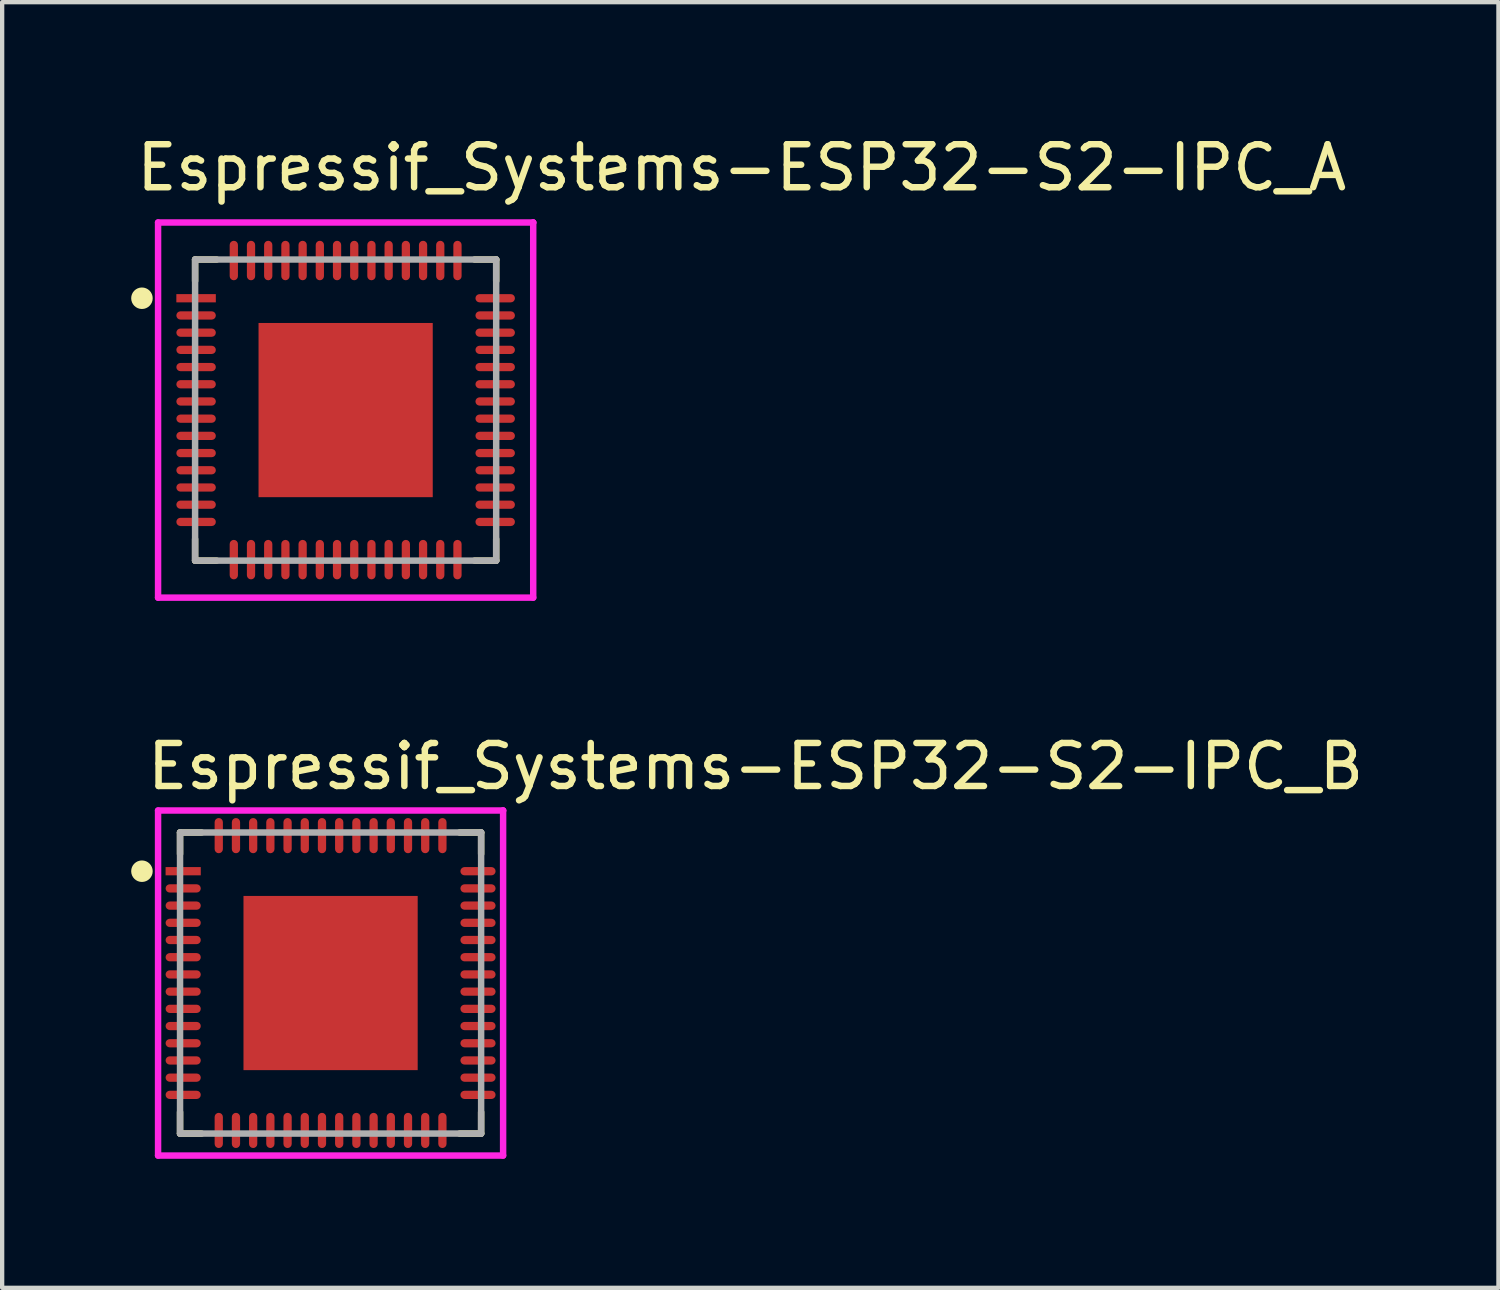
<source format=kicad_pcb>
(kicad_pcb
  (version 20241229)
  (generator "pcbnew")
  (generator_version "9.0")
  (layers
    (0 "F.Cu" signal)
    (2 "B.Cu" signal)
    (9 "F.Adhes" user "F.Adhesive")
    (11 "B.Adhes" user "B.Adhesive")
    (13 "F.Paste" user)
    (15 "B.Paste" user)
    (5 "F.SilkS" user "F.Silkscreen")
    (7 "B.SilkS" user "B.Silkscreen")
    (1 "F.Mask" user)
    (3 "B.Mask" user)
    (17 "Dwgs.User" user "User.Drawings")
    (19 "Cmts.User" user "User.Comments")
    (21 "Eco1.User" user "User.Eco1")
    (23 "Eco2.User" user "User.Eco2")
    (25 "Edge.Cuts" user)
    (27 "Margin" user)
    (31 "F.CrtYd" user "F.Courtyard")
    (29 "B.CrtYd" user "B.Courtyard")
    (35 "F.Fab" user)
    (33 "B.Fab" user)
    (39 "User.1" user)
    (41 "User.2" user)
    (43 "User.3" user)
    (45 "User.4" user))
  (footprint "Espressif_Systems-ESP32-S2-IPC_A"
    (layer "F.Cu")
    (at 4.986 6.484)
    (property "Reference" "Espressif_Systems-ESP32-S2-IPC_A" (at -4.936 -5.636 0) (layer "F.SilkS") (effects (font (size 1 1) (thickness 0.15)) (justify left)))
    (attr through_hole)
    (fp_line (start -3.5 -3.5) (end -3.5 -3) (stroke (width 0.15) (type solid)) (layer "F.SilkS"))
    (fp_line (start -3.5 3.5) (end -3.5 3) (stroke (width 0.15) (type solid)) (layer "F.SilkS"))
    (fp_line (start -3 -3.5) (end -3.5 -3.5) (stroke (width 0.15) (type solid)) (layer "F.SilkS"))
    (fp_line (start -3 3.5) (end -3.5 3.5) (stroke (width 0.15) (type solid)) (layer "F.SilkS"))
    (fp_line (start 3 -3.5) (end 3.5 -3.5) (stroke (width 0.15) (type solid)) (layer "F.SilkS"))
    (fp_line (start 3 3.5) (end 3.5 3.5) (stroke (width 0.15) (type solid)) (layer "F.SilkS"))
    (fp_line (start 3.5 -3.5) (end 3.5 -3) (stroke (width 0.15) (type solid)) (layer "F.SilkS"))
    (fp_line (start 3.5 3.5) (end 3.5 3) (stroke (width 0.15) (type solid)) (layer "F.SilkS"))
    (fp_circle (center -4.736 -2.6) (end -4.611 -2.6) (stroke (width 0.25) (type solid)) (fill no) (layer "F.SilkS"))
    (fp_poly (pts (xy -1.281 -1.281) (xy 1.281 -1.281) (xy 1.281 1.281) (xy -1.281 1.281)) (stroke (width 0) (type solid)) (fill yes) (layer "F.Paste"))
    (fp_line (start -4.361 -4.361) (end -4.361 4.361) (stroke (width 0.15) (type solid)) (layer "F.CrtYd"))
    (fp_line (start -4.361 4.361) (end 4.361 4.361) (stroke (width 0.15) (type solid)) (layer "F.CrtYd"))
    (fp_line (start 4.361 -4.361) (end -4.361 -4.361) (stroke (width 0.15) (type solid)) (layer "F.CrtYd"))
    (fp_line (start 4.361 -4.361) (end 4.361 -4.361) (stroke (width 0.15) (type solid)) (layer "F.CrtYd"))
    (fp_line (start 4.361 4.361) (end 4.361 -4.361) (stroke (width 0.15) (type solid)) (layer "F.CrtYd"))
    (fp_line (start -3.5 -3.5) (end 3.5 -3.5) (stroke (width 0.15) (type solid)) (layer "F.Fab"))
    (fp_line (start -3.5 3.5) (end -3.5 -3.5) (stroke (width 0.15) (type solid)) (layer "F.Fab"))
    (fp_line (start 3.5 -3.5) (end 3.5 3.5) (stroke (width 0.15) (type solid)) (layer "F.Fab"))
    (fp_line (start 3.5 3.5) (end -3.5 3.5) (stroke (width 0.15) (type solid)) (layer "F.Fab"))
    (pad "1" smd rect (at -3.477 -2.6) (size 0.918 0.192) (layers "F.Cu" "F.Mask" "F.Paste"))
    (pad "2" smd roundrect (at -3.477 -2.2) (size 0.918 0.192) (layers "F.Cu" "F.Mask" "F.Paste") (roundrect_rratio 0.5))
    (pad "3" smd roundrect (at -3.477 -1.8) (size 0.918 0.192) (layers "F.Cu" "F.Mask" "F.Paste") (roundrect_rratio 0.5))
    (pad "4" smd roundrect (at -3.477 -1.4) (size 0.918 0.192) (layers "F.Cu" "F.Mask" "F.Paste") (roundrect_rratio 0.5))
    (pad "5" smd roundrect (at -3.477 -1) (size 0.918 0.192) (layers "F.Cu" "F.Mask" "F.Paste") (roundrect_rratio 0.5))
    (pad "6" smd roundrect (at -3.477 -0.6) (size 0.918 0.192) (layers "F.Cu" "F.Mask" "F.Paste") (roundrect_rratio 0.5))
    (pad "7" smd roundrect (at -3.477 -0.2) (size 0.918 0.192) (layers "F.Cu" "F.Mask" "F.Paste") (roundrect_rratio 0.5))
    (pad "8" smd roundrect (at -3.477 0.2) (size 0.918 0.192) (layers "F.Cu" "F.Mask" "F.Paste") (roundrect_rratio 0.5))
    (pad "9" smd roundrect (at -3.477 0.6) (size 0.918 0.192) (layers "F.Cu" "F.Mask" "F.Paste") (roundrect_rratio 0.5))
    (pad "10" smd roundrect (at -3.477 1) (size 0.918 0.192) (layers "F.Cu" "F.Mask" "F.Paste") (roundrect_rratio 0.5))
    (pad "11" smd roundrect (at -3.477 1.4) (size 0.918 0.192) (layers "F.Cu" "F.Mask" "F.Paste") (roundrect_rratio 0.5))
    (pad "12" smd roundrect (at -3.477 1.8) (size 0.918 0.192) (layers "F.Cu" "F.Mask" "F.Paste") (roundrect_rratio 0.5))
    (pad "13" smd roundrect (at -3.477 2.2) (size 0.918 0.192) (layers "F.Cu" "F.Mask" "F.Paste") (roundrect_rratio 0.5))
    (pad "14" smd roundrect (at -3.477 2.6) (size 0.918 0.192) (layers "F.Cu" "F.Mask" "F.Paste") (roundrect_rratio 0.5))
    (pad "15" smd roundrect (at -2.6 3.477) (size 0.192 0.918) (layers "F.Cu" "F.Mask" "F.Paste") (roundrect_rratio 0.5))
    (pad "16" smd roundrect (at -2.2 3.477) (size 0.192 0.918) (layers "F.Cu" "F.Mask" "F.Paste") (roundrect_rratio 0.5))
    (pad "17" smd roundrect (at -1.8 3.477) (size 0.192 0.918) (layers "F.Cu" "F.Mask" "F.Paste") (roundrect_rratio 0.5))
    (pad "18" smd roundrect (at -1.4 3.477) (size 0.192 0.918) (layers "F.Cu" "F.Mask" "F.Paste") (roundrect_rratio 0.5))
    (pad "19" smd roundrect (at -1 3.477) (size 0.192 0.918) (layers "F.Cu" "F.Mask" "F.Paste") (roundrect_rratio 0.5))
    (pad "20" smd roundrect (at -0.6 3.477) (size 0.192 0.918) (layers "F.Cu" "F.Mask" "F.Paste") (roundrect_rratio 0.5))
    (pad "21" smd roundrect (at -0.2 3.477) (size 0.192 0.918) (layers "F.Cu" "F.Mask" "F.Paste") (roundrect_rratio 0.5))
    (pad "22" smd roundrect (at 0.2 3.477) (size 0.192 0.918) (layers "F.Cu" "F.Mask" "F.Paste") (roundrect_rratio 0.5))
    (pad "23" smd roundrect (at 0.6 3.477) (size 0.192 0.918) (layers "F.Cu" "F.Mask" "F.Paste") (roundrect_rratio 0.5))
    (pad "24" smd roundrect (at 1 3.477) (size 0.192 0.918) (layers "F.Cu" "F.Mask" "F.Paste") (roundrect_rratio 0.5))
    (pad "25" smd roundrect (at 1.4 3.477) (size 0.192 0.918) (layers "F.Cu" "F.Mask" "F.Paste") (roundrect_rratio 0.5))
    (pad "26" smd roundrect (at 1.8 3.477) (size 0.192 0.918) (layers "F.Cu" "F.Mask" "F.Paste") (roundrect_rratio 0.5))
    (pad "27" smd roundrect (at 2.2 3.477) (size 0.192 0.918) (layers "F.Cu" "F.Mask" "F.Paste") (roundrect_rratio 0.5))
    (pad "28" smd roundrect (at 2.6 3.477) (size 0.192 0.918) (layers "F.Cu" "F.Mask" "F.Paste") (roundrect_rratio 0.5))
    (pad "29" smd roundrect (at 3.477 2.6) (size 0.918 0.192) (layers "F.Cu" "F.Mask" "F.Paste") (roundrect_rratio 0.5))
    (pad "30" smd roundrect (at 3.477 2.2) (size 0.918 0.192) (layers "F.Cu" "F.Mask" "F.Paste") (roundrect_rratio 0.5))
    (pad "31" smd roundrect (at 3.477 1.8) (size 0.918 0.192) (layers "F.Cu" "F.Mask" "F.Paste") (roundrect_rratio 0.5))
    (pad "32" smd roundrect (at 3.477 1.4) (size 0.918 0.192) (layers "F.Cu" "F.Mask" "F.Paste") (roundrect_rratio 0.5))
    (pad "33" smd roundrect (at 3.477 1) (size 0.918 0.192) (layers "F.Cu" "F.Mask" "F.Paste") (roundrect_rratio 0.5))
    (pad "34" smd roundrect (at 3.477 0.6) (size 0.918 0.192) (layers "F.Cu" "F.Mask" "F.Paste") (roundrect_rratio 0.5))
    (pad "35" smd roundrect (at 3.477 0.2) (size 0.918 0.192) (layers "F.Cu" "F.Mask" "F.Paste") (roundrect_rratio 0.5))
    (pad "36" smd roundrect (at 3.477 -0.2) (size 0.918 0.192) (layers "F.Cu" "F.Mask" "F.Paste") (roundrect_rratio 0.5))
    (pad "37" smd roundrect (at 3.477 -0.6) (size 0.918 0.192) (layers "F.Cu" "F.Mask" "F.Paste") (roundrect_rratio 0.5))
    (pad "38" smd roundrect (at 3.477 -1) (size 0.918 0.192) (layers "F.Cu" "F.Mask" "F.Paste") (roundrect_rratio 0.5))
    (pad "39" smd roundrect (at 3.477 -1.4) (size 0.918 0.192) (layers "F.Cu" "F.Mask" "F.Paste") (roundrect_rratio 0.5))
    (pad "40" smd roundrect (at 3.477 -1.8) (size 0.918 0.192) (layers "F.Cu" "F.Mask" "F.Paste") (roundrect_rratio 0.5))
    (pad "41" smd roundrect (at 3.477 -2.2) (size 0.918 0.192) (layers "F.Cu" "F.Mask" "F.Paste") (roundrect_rratio 0.5))
    (pad "42" smd roundrect (at 3.477 -2.6) (size 0.918 0.192) (layers "F.Cu" "F.Mask" "F.Paste") (roundrect_rratio 0.5))
    (pad "43" smd roundrect (at 2.6 -3.477) (size 0.192 0.918) (layers "F.Cu" "F.Mask" "F.Paste") (roundrect_rratio 0.5))
    (pad "44" smd roundrect (at 2.2 -3.477) (size 0.192 0.918) (layers "F.Cu" "F.Mask" "F.Paste") (roundrect_rratio 0.5))
    (pad "45" smd roundrect (at 1.8 -3.477) (size 0.192 0.918) (layers "F.Cu" "F.Mask" "F.Paste") (roundrect_rratio 0.5))
    (pad "46" smd roundrect (at 1.4 -3.477) (size 0.192 0.918) (layers "F.Cu" "F.Mask" "F.Paste") (roundrect_rratio 0.5))
    (pad "47" smd roundrect (at 1 -3.477) (size 0.192 0.918) (layers "F.Cu" "F.Mask" "F.Paste") (roundrect_rratio 0.5))
    (pad "48" smd roundrect (at 0.6 -3.477) (size 0.192 0.918) (layers "F.Cu" "F.Mask" "F.Paste") (roundrect_rratio 0.5))
    (pad "49" smd roundrect (at 0.2 -3.477) (size 0.192 0.918) (layers "F.Cu" "F.Mask" "F.Paste") (roundrect_rratio 0.5))
    (pad "50" smd roundrect (at -0.2 -3.477) (size 0.192 0.918) (layers "F.Cu" "F.Mask" "F.Paste") (roundrect_rratio 0.5))
    (pad "51" smd roundrect (at -0.6 -3.477) (size 0.192 0.918) (layers "F.Cu" "F.Mask" "F.Paste") (roundrect_rratio 0.5))
    (pad "52" smd roundrect (at -1 -3.477) (size 0.192 0.918) (layers "F.Cu" "F.Mask" "F.Paste") (roundrect_rratio 0.5))
    (pad "53" smd roundrect (at -1.4 -3.477) (size 0.192 0.918) (layers "F.Cu" "F.Mask" "F.Paste") (roundrect_rratio 0.5))
    (pad "54" smd roundrect (at -1.8 -3.477) (size 0.192 0.918) (layers "F.Cu" "F.Mask" "F.Paste") (roundrect_rratio 0.5))
    (pad "55" smd roundrect (at -2.2 -3.477) (size 0.192 0.918) (layers "F.Cu" "F.Mask" "F.Paste") (roundrect_rratio 0.5))
    (pad "56" smd roundrect (at -2.6 -3.477) (size 0.192 0.918) (layers "F.Cu" "F.Mask" "F.Paste") (roundrect_rratio 0.5))
    (pad "57" smd rect (at 0 0) (size 4.05 4.05) (layers "F.Cu" "F.Mask")))
  (footprint "Espressif_Systems-ESP32-S2-IPC_B"
    (layer "F.Cu")
    (at 4.636 19.805)
    (property "Reference" "Espressif_Systems-ESP32-S2-IPC_B" (at -4.336 -5.036 0) (layer "F.SilkS") (effects (font (size 1 1) (thickness 0.15)) (justify left)))
    (attr through_hole)
    (fp_line (start -3.5 -3.5) (end -3.5 -3) (stroke (width 0.15) (type solid)) (layer "F.SilkS"))
    (fp_line (start -3.5 3.5) (end -3.5 3) (stroke (width 0.15) (type solid)) (layer "F.SilkS"))
    (fp_line (start -3 -3.5) (end -3.5 -3.5) (stroke (width 0.15) (type solid)) (layer "F.SilkS"))
    (fp_line (start -3 3.5) (end -3.5 3.5) (stroke (width 0.15) (type solid)) (layer "F.SilkS"))
    (fp_line (start 3 -3.5) (end 3.5 -3.5) (stroke (width 0.15) (type solid)) (layer "F.SilkS"))
    (fp_line (start 3 3.5) (end 3.5 3.5) (stroke (width 0.15) (type solid)) (layer "F.SilkS"))
    (fp_line (start 3.5 -3.5) (end 3.5 -3) (stroke (width 0.15) (type solid)) (layer "F.SilkS"))
    (fp_line (start 3.5 3.5) (end 3.5 3) (stroke (width 0.15) (type solid)) (layer "F.SilkS"))
    (fp_circle (center -4.386 -2.6) (end -4.261 -2.6) (stroke (width 0.25) (type solid)) (fill no) (layer "F.SilkS"))
    (fp_poly (pts (xy -1.281 -1.281) (xy 1.281 -1.281) (xy 1.281 1.281) (xy -1.281 1.281)) (stroke (width 0) (type solid)) (fill yes) (layer "F.Paste"))
    (fp_line (start -4.011 -4.011) (end -4.011 4.011) (stroke (width 0.15) (type solid)) (layer "F.CrtYd"))
    (fp_line (start -4.011 4.011) (end 4.011 4.011) (stroke (width 0.15) (type solid)) (layer "F.CrtYd"))
    (fp_line (start 4.011 -4.011) (end -4.011 -4.011) (stroke (width 0.15) (type solid)) (layer "F.CrtYd"))
    (fp_line (start 4.011 -4.011) (end 4.011 -4.011) (stroke (width 0.15) (type solid)) (layer "F.CrtYd"))
    (fp_line (start 4.011 4.011) (end 4.011 -4.011) (stroke (width 0.15) (type solid)) (layer "F.CrtYd"))
    (fp_line (start -3.5 -3.5) (end 3.5 -3.5) (stroke (width 0.15) (type solid)) (layer "F.Fab"))
    (fp_line (start -3.5 3.5) (end -3.5 -3.5) (stroke (width 0.15) (type solid)) (layer "F.Fab"))
    (fp_line (start 3.5 -3.5) (end 3.5 3.5) (stroke (width 0.15) (type solid)) (layer "F.Fab"))
    (fp_line (start 3.5 3.5) (end -3.5 3.5) (stroke (width 0.15) (type solid)) (layer "F.Fab"))
    (pad "1" smd rect (at -3.427 -2.6) (size 0.818 0.192) (layers "F.Cu" "F.Mask" "F.Paste"))
    (pad "2" smd roundrect (at -3.427 -2.2) (size 0.818 0.192) (layers "F.Cu" "F.Mask" "F.Paste") (roundrect_rratio 0.5))
    (pad "3" smd roundrect (at -3.427 -1.8) (size 0.818 0.192) (layers "F.Cu" "F.Mask" "F.Paste") (roundrect_rratio 0.5))
    (pad "4" smd roundrect (at -3.427 -1.4) (size 0.818 0.192) (layers "F.Cu" "F.Mask" "F.Paste") (roundrect_rratio 0.5))
    (pad "5" smd roundrect (at -3.427 -1) (size 0.818 0.192) (layers "F.Cu" "F.Mask" "F.Paste") (roundrect_rratio 0.5))
    (pad "6" smd roundrect (at -3.427 -0.6) (size 0.818 0.192) (layers "F.Cu" "F.Mask" "F.Paste") (roundrect_rratio 0.5))
    (pad "7" smd roundrect (at -3.427 -0.2) (size 0.818 0.192) (layers "F.Cu" "F.Mask" "F.Paste") (roundrect_rratio 0.5))
    (pad "8" smd roundrect (at -3.427 0.2) (size 0.818 0.192) (layers "F.Cu" "F.Mask" "F.Paste") (roundrect_rratio 0.5))
    (pad "9" smd roundrect (at -3.427 0.6) (size 0.818 0.192) (layers "F.Cu" "F.Mask" "F.Paste") (roundrect_rratio 0.5))
    (pad "10" smd roundrect (at -3.427 1) (size 0.818 0.192) (layers "F.Cu" "F.Mask" "F.Paste") (roundrect_rratio 0.5))
    (pad "11" smd roundrect (at -3.427 1.4) (size 0.818 0.192) (layers "F.Cu" "F.Mask" "F.Paste") (roundrect_rratio 0.5))
    (pad "12" smd roundrect (at -3.427 1.8) (size 0.818 0.192) (layers "F.Cu" "F.Mask" "F.Paste") (roundrect_rratio 0.5))
    (pad "13" smd roundrect (at -3.427 2.2) (size 0.818 0.192) (layers "F.Cu" "F.Mask" "F.Paste") (roundrect_rratio 0.5))
    (pad "14" smd roundrect (at -3.427 2.6) (size 0.818 0.192) (layers "F.Cu" "F.Mask" "F.Paste") (roundrect_rratio 0.5))
    (pad "15" smd roundrect (at -2.6 3.427) (size 0.192 0.818) (layers "F.Cu" "F.Mask" "F.Paste") (roundrect_rratio 0.5))
    (pad "16" smd roundrect (at -2.2 3.427) (size 0.192 0.818) (layers "F.Cu" "F.Mask" "F.Paste") (roundrect_rratio 0.5))
    (pad "17" smd roundrect (at -1.8 3.427) (size 0.192 0.818) (layers "F.Cu" "F.Mask" "F.Paste") (roundrect_rratio 0.5))
    (pad "18" smd roundrect (at -1.4 3.427) (size 0.192 0.818) (layers "F.Cu" "F.Mask" "F.Paste") (roundrect_rratio 0.5))
    (pad "19" smd roundrect (at -1 3.427) (size 0.192 0.818) (layers "F.Cu" "F.Mask" "F.Paste") (roundrect_rratio 0.5))
    (pad "20" smd roundrect (at -0.6 3.427) (size 0.192 0.818) (layers "F.Cu" "F.Mask" "F.Paste") (roundrect_rratio 0.5))
    (pad "21" smd roundrect (at -0.2 3.427) (size 0.192 0.818) (layers "F.Cu" "F.Mask" "F.Paste") (roundrect_rratio 0.5))
    (pad "22" smd roundrect (at 0.2 3.427) (size 0.192 0.818) (layers "F.Cu" "F.Mask" "F.Paste") (roundrect_rratio 0.5))
    (pad "23" smd roundrect (at 0.6 3.427) (size 0.192 0.818) (layers "F.Cu" "F.Mask" "F.Paste") (roundrect_rratio 0.5))
    (pad "24" smd roundrect (at 1 3.427) (size 0.192 0.818) (layers "F.Cu" "F.Mask" "F.Paste") (roundrect_rratio 0.5))
    (pad "25" smd roundrect (at 1.4 3.427) (size 0.192 0.818) (layers "F.Cu" "F.Mask" "F.Paste") (roundrect_rratio 0.5))
    (pad "26" smd roundrect (at 1.8 3.427) (size 0.192 0.818) (layers "F.Cu" "F.Mask" "F.Paste") (roundrect_rratio 0.5))
    (pad "27" smd roundrect (at 2.2 3.427) (size 0.192 0.818) (layers "F.Cu" "F.Mask" "F.Paste") (roundrect_rratio 0.5))
    (pad "28" smd roundrect (at 2.6 3.427) (size 0.192 0.818) (layers "F.Cu" "F.Mask" "F.Paste") (roundrect_rratio 0.5))
    (pad "29" smd roundrect (at 3.427 2.6) (size 0.818 0.192) (layers "F.Cu" "F.Mask" "F.Paste") (roundrect_rratio 0.5))
    (pad "30" smd roundrect (at 3.427 2.2) (size 0.818 0.192) (layers "F.Cu" "F.Mask" "F.Paste") (roundrect_rratio 0.5))
    (pad "31" smd roundrect (at 3.427 1.8) (size 0.818 0.192) (layers "F.Cu" "F.Mask" "F.Paste") (roundrect_rratio 0.5))
    (pad "32" smd roundrect (at 3.427 1.4) (size 0.818 0.192) (layers "F.Cu" "F.Mask" "F.Paste") (roundrect_rratio 0.5))
    (pad "33" smd roundrect (at 3.427 1) (size 0.818 0.192) (layers "F.Cu" "F.Mask" "F.Paste") (roundrect_rratio 0.5))
    (pad "34" smd roundrect (at 3.427 0.6) (size 0.818 0.192) (layers "F.Cu" "F.Mask" "F.Paste") (roundrect_rratio 0.5))
    (pad "35" smd roundrect (at 3.427 0.2) (size 0.818 0.192) (layers "F.Cu" "F.Mask" "F.Paste") (roundrect_rratio 0.5))
    (pad "36" smd roundrect (at 3.427 -0.2) (size 0.818 0.192) (layers "F.Cu" "F.Mask" "F.Paste") (roundrect_rratio 0.5))
    (pad "37" smd roundrect (at 3.427 -0.6) (size 0.818 0.192) (layers "F.Cu" "F.Mask" "F.Paste") (roundrect_rratio 0.5))
    (pad "38" smd roundrect (at 3.427 -1) (size 0.818 0.192) (layers "F.Cu" "F.Mask" "F.Paste") (roundrect_rratio 0.5))
    (pad "39" smd roundrect (at 3.427 -1.4) (size 0.818 0.192) (layers "F.Cu" "F.Mask" "F.Paste") (roundrect_rratio 0.5))
    (pad "40" smd roundrect (at 3.427 -1.8) (size 0.818 0.192) (layers "F.Cu" "F.Mask" "F.Paste") (roundrect_rratio 0.5))
    (pad "41" smd roundrect (at 3.427 -2.2) (size 0.818 0.192) (layers "F.Cu" "F.Mask" "F.Paste") (roundrect_rratio 0.5))
    (pad "42" smd roundrect (at 3.427 -2.6) (size 0.818 0.192) (layers "F.Cu" "F.Mask" "F.Paste") (roundrect_rratio 0.5))
    (pad "43" smd roundrect (at 2.6 -3.427) (size 0.192 0.818) (layers "F.Cu" "F.Mask" "F.Paste") (roundrect_rratio 0.5))
    (pad "44" smd roundrect (at 2.2 -3.427) (size 0.192 0.818) (layers "F.Cu" "F.Mask" "F.Paste") (roundrect_rratio 0.5))
    (pad "45" smd roundrect (at 1.8 -3.427) (size 0.192 0.818) (layers "F.Cu" "F.Mask" "F.Paste") (roundrect_rratio 0.5))
    (pad "46" smd roundrect (at 1.4 -3.427) (size 0.192 0.818) (layers "F.Cu" "F.Mask" "F.Paste") (roundrect_rratio 0.5))
    (pad "47" smd roundrect (at 1 -3.427) (size 0.192 0.818) (layers "F.Cu" "F.Mask" "F.Paste") (roundrect_rratio 0.5))
    (pad "48" smd roundrect (at 0.6 -3.427) (size 0.192 0.818) (layers "F.Cu" "F.Mask" "F.Paste") (roundrect_rratio 0.5))
    (pad "49" smd roundrect (at 0.2 -3.427) (size 0.192 0.818) (layers "F.Cu" "F.Mask" "F.Paste") (roundrect_rratio 0.5))
    (pad "50" smd roundrect (at -0.2 -3.427) (size 0.192 0.818) (layers "F.Cu" "F.Mask" "F.Paste") (roundrect_rratio 0.5))
    (pad "51" smd roundrect (at -0.6 -3.427) (size 0.192 0.818) (layers "F.Cu" "F.Mask" "F.Paste") (roundrect_rratio 0.5))
    (pad "52" smd roundrect (at -1 -3.427) (size 0.192 0.818) (layers "F.Cu" "F.Mask" "F.Paste") (roundrect_rratio 0.5))
    (pad "53" smd roundrect (at -1.4 -3.427) (size 0.192 0.818) (layers "F.Cu" "F.Mask" "F.Paste") (roundrect_rratio 0.5))
    (pad "54" smd roundrect (at -1.8 -3.427) (size 0.192 0.818) (layers "F.Cu" "F.Mask" "F.Paste") (roundrect_rratio 0.5))
    (pad "55" smd roundrect (at -2.2 -3.427) (size 0.192 0.818) (layers "F.Cu" "F.Mask" "F.Paste") (roundrect_rratio 0.5))
    (pad "56" smd roundrect (at -2.6 -3.427) (size 0.192 0.818) (layers "F.Cu" "F.Mask" "F.Paste") (roundrect_rratio 0.5))
    (pad "57" smd rect (at 0 0) (size 4.05 4.05) (layers "F.Cu" "F.Mask")))
  (gr_rect
    (start -3 -3)
    (end 31.788 26.891)
    (stroke (width 0.1) (type default))
    (fill no)
    (layer "Edge.Cuts")))
</source>
